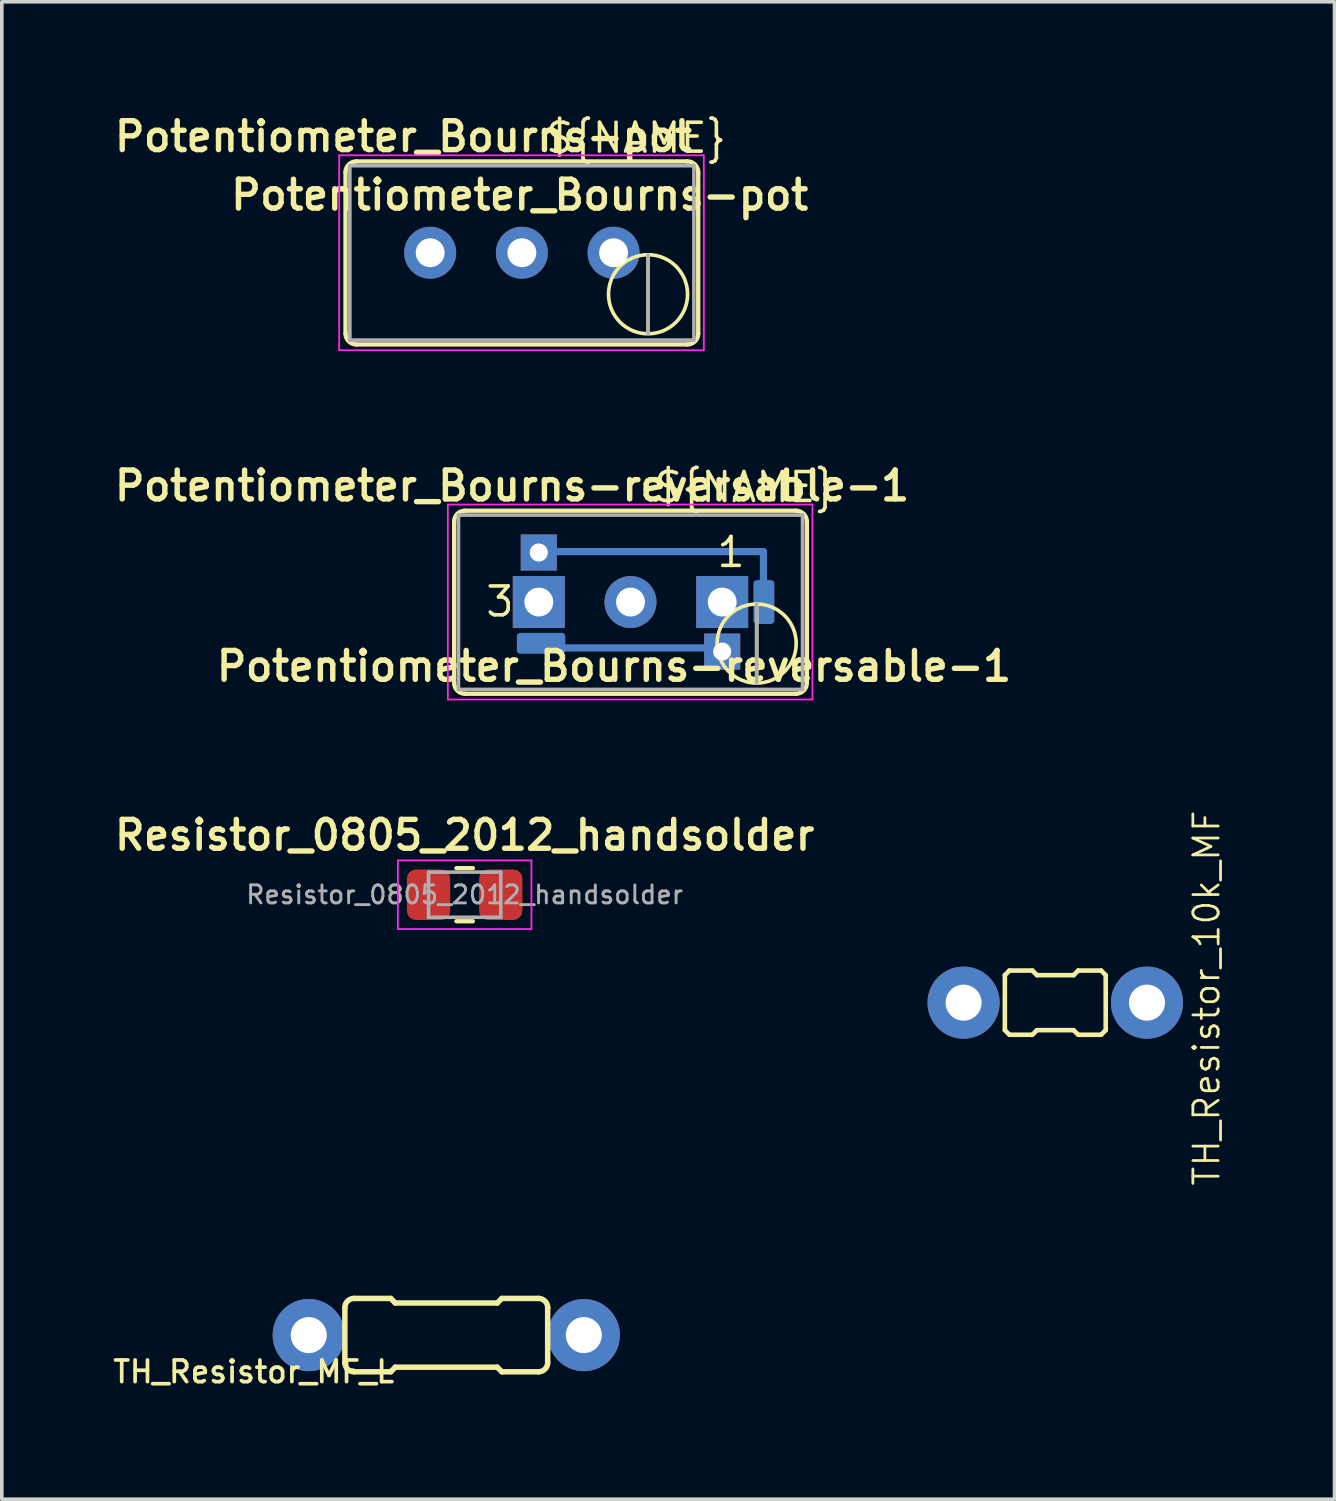
<source format=kicad_pcb>
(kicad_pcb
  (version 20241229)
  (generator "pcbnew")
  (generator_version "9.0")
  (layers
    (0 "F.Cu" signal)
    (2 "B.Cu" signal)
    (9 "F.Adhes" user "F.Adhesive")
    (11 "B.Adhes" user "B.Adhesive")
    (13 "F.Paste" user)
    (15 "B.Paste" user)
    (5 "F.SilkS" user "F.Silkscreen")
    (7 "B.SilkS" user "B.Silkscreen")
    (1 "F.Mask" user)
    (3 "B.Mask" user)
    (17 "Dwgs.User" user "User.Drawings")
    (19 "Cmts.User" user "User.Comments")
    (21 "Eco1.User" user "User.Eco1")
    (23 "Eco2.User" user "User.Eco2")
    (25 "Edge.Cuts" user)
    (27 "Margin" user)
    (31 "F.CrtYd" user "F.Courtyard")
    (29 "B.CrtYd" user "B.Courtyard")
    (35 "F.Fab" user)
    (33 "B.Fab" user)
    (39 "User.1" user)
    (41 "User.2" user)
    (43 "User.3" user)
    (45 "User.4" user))
  (footprint "TH_Resistor_MF_L"
    (layer "F.Cu")
    (at 9.312 33.933)
    (property "Reference" "TH_Resistor_MF_L" (at -5.334 1.016 0) (layer "F.SilkS") (effects (font (size 0.6 0.6) (thickness 0.102))))
    (attr exclude_from_pos_files exclude_from_bom)
    (fp_line (start -2.809 0.762) (end -2.809 -0.762) (stroke (width 0.152) (type solid)) (layer "F.SilkS"))
    (fp_line (start -2.555 -1.016) (end -1.539 -1.016) (stroke (width 0.152) (type solid)) (layer "F.SilkS"))
    (fp_line (start -2.555 1.016) (end -1.539 1.016) (stroke (width 0.152) (type solid)) (layer "F.SilkS"))
    (fp_line (start -1.412 -0.889) (end -1.539 -1.016) (stroke (width 0.152) (type solid)) (layer "F.SilkS"))
    (fp_line (start -1.412 0.889) (end -1.539 1.016) (stroke (width 0.152) (type solid)) (layer "F.SilkS"))
    (fp_line (start 1.412 -0.889) (end -1.412 -0.889) (stroke (width 0.152) (type solid)) (layer "F.SilkS"))
    (fp_line (start 1.412 -0.889) (end 1.539 -1.016) (stroke (width 0.152) (type solid)) (layer "F.SilkS"))
    (fp_line (start 1.412 0.889) (end -1.412 0.889) (stroke (width 0.152) (type solid)) (layer "F.SilkS"))
    (fp_line (start 1.412 0.889) (end 1.539 1.016) (stroke (width 0.152) (type solid)) (layer "F.SilkS"))
    (fp_line (start 2.555 -1.016) (end 1.539 -1.016) (stroke (width 0.152) (type solid)) (layer "F.SilkS"))
    (fp_line (start 2.555 1.016) (end 1.539 1.016) (stroke (width 0.152) (type solid)) (layer "F.SilkS"))
    (fp_line (start 2.809 0.762) (end 2.809 -0.762) (stroke (width 0.152) (type solid)) (layer "F.SilkS"))
    (fp_arc (start -2.80924 -0.762) (mid -2.734845 -0.941605) (end -2.55524 -1.016) (stroke (width 0.1524) (type solid)) (layer "F.SilkS"))
    (fp_arc (start -2.55524 1.016) (mid -2.734845 0.941605) (end -2.80924 0.762) (stroke (width 0.1524) (type solid)) (layer "F.SilkS"))
    (fp_arc (start 2.55524 -1.016) (mid 2.734845 -0.941605) (end 2.80924 -0.762) (stroke (width 0.1524) (type solid)) (layer "F.SilkS"))
    (fp_arc (start 2.80924 0.762) (mid 2.734845 0.941605) (end 2.55524 1.016) (stroke (width 0.1524) (type solid)) (layer "F.SilkS"))
    (pad "1" thru_hole circle (at -3.81 0) (size 1.999 1.999) (drill 0.998) (layers "*.Cu" "*.Paste" "*.Mask"))
    (pad "2" thru_hole circle (at 3.81 0) (size 1.999 1.999) (drill 0.998) (layers "*.Cu" "*.Paste" "*.Mask")))
  (footprint "TH_Resistor_10k_MF"
    (layer "F.Cu")
    (at 26.182 24.724)
    (property "Reference" "TH_Resistor_10k_MF" (at 4.191 -0.127 90) (layer "F.SilkS") (effects (font (size 0.7 0.7) (thickness 0.076))))
    (attr exclude_from_pos_files exclude_from_bom)
    (fp_line (start -1.397 -0.762) (end -1.397 0.762) (stroke (width 0.127) (type solid)) (layer "F.SilkS"))
    (fp_line (start -1.397 -0.762) (end -1.27 -0.889) (stroke (width 0.127) (type solid)) (layer "F.SilkS"))
    (fp_line (start -1.27 -0.889) (end -0.635 -0.889) (stroke (width 0.127) (type solid)) (layer "F.SilkS"))
    (fp_line (start -1.27 0.889) (end -1.397 0.762) (stroke (width 0.127) (type solid)) (layer "F.SilkS"))
    (fp_line (start -0.635 -0.889) (end -0.508 -0.762) (stroke (width 0.127) (type solid)) (layer "F.SilkS"))
    (fp_line (start -0.635 0.889) (end -1.27 0.889) (stroke (width 0.127) (type solid)) (layer "F.SilkS"))
    (fp_line (start -0.508 -0.762) (end 0.508 -0.762) (stroke (width 0.127) (type solid)) (layer "F.SilkS"))
    (fp_line (start -0.508 0.762) (end -0.635 0.889) (stroke (width 0.127) (type solid)) (layer "F.SilkS"))
    (fp_line (start 0.508 -0.762) (end 0.635 -0.889) (stroke (width 0.127) (type solid)) (layer "F.SilkS"))
    (fp_line (start 0.508 0.762) (end -0.508 0.762) (stroke (width 0.127) (type solid)) (layer "F.SilkS"))
    (fp_line (start 0.635 -0.889) (end 1.27 -0.889) (stroke (width 0.127) (type solid)) (layer "F.SilkS"))
    (fp_line (start 0.635 0.889) (end 0.508 0.762) (stroke (width 0.127) (type solid)) (layer "F.SilkS"))
    (fp_line (start 1.27 -0.889) (end 1.397 -0.762) (stroke (width 0.127) (type solid)) (layer "F.SilkS"))
    (fp_line (start 1.27 0.889) (end 0.635 0.889) (stroke (width 0.127) (type solid)) (layer "F.SilkS"))
    (fp_line (start 1.397 -0.762) (end 1.397 0.762) (stroke (width 0.127) (type solid)) (layer "F.SilkS"))
    (fp_line (start 1.397 0.762) (end 1.27 0.889) (stroke (width 0.127) (type solid)) (layer "F.SilkS"))
    (pad "1" thru_hole circle (at -2.54 0) (size 1.999 1.999) (drill 0.998) (layers "*.Cu" "*.Paste" "*.Mask"))
    (pad "2" thru_hole circle (at 2.54 0) (size 1.999 1.999) (drill 0.998) (layers "*.Cu" "*.Paste" "*.Mask")))
  (footprint "Potentiometer_Bourns-pot"
    (layer "F.Cu")
    (at 13.946 3.951)
    (property "Reference" "Potentiometer_Bourns-pot" (at -5.82 -3.22 0) (layer "F.SilkS") (effects (font (size 0.8 0.8) (thickness 0.15))))
    (attr through_hole)
    (fp_line (start -7.425 -2.23) (end -7.425 2.24) (stroke (width 0.12) (type solid)) (layer "F.SilkS"))
    (fp_line (start -7.125 -2.53) (end 2.045 -2.53) (stroke (width 0.12) (type solid)) (layer "F.SilkS"))
    (fp_line (start -7.125 2.54) (end 2.045 2.54) (stroke (width 0.12) (type solid)) (layer "F.SilkS"))
    (fp_line (start 0.955 2.235) (end 0.956 0.066) (stroke (width 0.1) (type solid)) (layer "F.SilkS"))
    (fp_line (start 2.345 -2.23) (end 2.345 2.24) (stroke (width 0.12) (type solid)) (layer "F.SilkS"))
    (fp_arc (start -7.425 -2.23) (mid -7.337132 -2.442132) (end -7.125 -2.53) (stroke (width 0.12) (type default)) (layer "F.SilkS"))
    (fp_arc (start -7.125 2.54) (mid -7.337132 2.452132) (end -7.425 2.24) (stroke (width 0.12) (type default)) (layer "F.SilkS"))
    (fp_arc (start 2.045 -2.53) (mid 2.257132 -2.442132) (end 2.345 -2.23) (stroke (width 0.12) (type default)) (layer "F.SilkS"))
    (fp_arc (start 2.345 2.24) (mid 2.257132 2.452132) (end 2.045 2.54) (stroke (width 0.12) (type default)) (layer "F.SilkS"))
    (fp_circle (center 0.955 1.15) (end 2.05 1.15) (stroke (width 0.1) (type solid)) (fill no) (layer "F.SilkS"))
    (fp_line (start -7.6 -2.7) (end -7.6 2.7) (stroke (width 0.05) (type solid)) (layer "F.CrtYd"))
    (fp_line (start -7.6 2.7) (end 2.5 2.7) (stroke (width 0.05) (type solid)) (layer "F.CrtYd"))
    (fp_line (start 2.5 -2.7) (end -7.6 -2.7) (stroke (width 0.05) (type solid)) (layer "F.CrtYd"))
    (fp_line (start 2.5 2.7) (end 2.5 -2.7) (stroke (width 0.05) (type solid)) (layer "F.CrtYd"))
    (fp_line (start -7.305 -2.41) (end -7.305 2.42) (stroke (width 0.1) (type solid)) (layer "F.Fab"))
    (fp_line (start -7.305 2.42) (end 2.225 2.42) (stroke (width 0.1) (type solid)) (layer "F.Fab"))
    (fp_line (start 0.955 2.235) (end 0.956 0.066) (stroke (width 0.1) (type solid)) (layer "F.Fab"))
    (fp_line (start 2.225 -2.41) (end -7.305 -2.41) (stroke (width 0.1) (type solid)) (layer "F.Fab"))
    (fp_line (start 2.225 2.42) (end 2.225 -2.41) (stroke (width 0.1) (type solid)) (layer "F.Fab"))
    (fp_text user "${REFERENCE}" (at -2.6 -1.6 0) (layer "F.SilkS") (effects (font (size 0.8 0.8) (thickness 0.15))))
    (fp_text user "${NAME}" (at 0.62 -3.18 0) (layer "F.SilkS") (effects (font (size 0.8 0.8) (thickness 0.1))))
    (pad "1" thru_hole circle (at 0 0) (size 1.44 1.44) (drill 0.8) (layers "*.Cu" "*.Mask"))
    (pad "2" thru_hole circle (at -2.54 0) (size 1.44 1.44) (drill 0.8) (layers "*.Cu" "*.Mask"))
    (pad "3" thru_hole circle (at -5.08 0) (size 1.44 1.44) (drill 0.8) (layers "*.Cu" "*.Mask")))
  (footprint "Potentiometer_Bourns-reversable-1"
    (layer "F.Cu")
    (at 16.955 13.627)
    (property "Reference" "Potentiometer_Bourns-reversable-1" (at -5.82 -3.22 0) (layer "F.SilkS") (effects (font (size 0.8 0.8) (thickness 0.15))))
    (attr through_hole)
    (fp_line (start -4.953 -1.397) (end 1.143 -1.397) (stroke (width 0.2) (type default)) (layer "B.Cu"))
    (fp_line (start -0.381 1.27) (end -5.08 1.27) (stroke (width 0.2) (type default)) (layer "B.Cu"))
    (fp_line (start 1.143 -1.397) (end 1.143 0) (stroke (width 0.2) (type default)) (layer "B.Cu"))
    (fp_rect (start -5.588 0.953) (end -4.445 1.333) (stroke (width 0.2) (type solid)) (fill yes) (layer "B.Cu"))
    (fp_rect (start 0.965 -0.508) (end 1.346 0.508) (stroke (width 0.2) (type solid)) (fill yes) (layer "B.Cu"))
    (fp_line (start -7.425 -2.23) (end -7.425 2.24) (stroke (width 0.12) (type solid)) (layer "F.SilkS"))
    (fp_line (start -7.125 -2.53) (end 2.045 -2.53) (stroke (width 0.12) (type solid)) (layer "F.SilkS"))
    (fp_line (start -7.125 2.54) (end 2.045 2.54) (stroke (width 0.12) (type solid)) (layer "F.SilkS"))
    (fp_line (start 0.955 2.235) (end 0.956 0.066) (stroke (width 0.1) (type solid)) (layer "F.SilkS"))
    (fp_line (start 2.345 -2.23) (end 2.345 2.24) (stroke (width 0.12) (type solid)) (layer "F.SilkS"))
    (fp_arc (start -7.425 -2.23) (mid -7.337132 -2.442132) (end -7.125 -2.53) (stroke (width 0.12) (type default)) (layer "F.SilkS"))
    (fp_arc (start -7.125 2.54) (mid -7.337132 2.452132) (end -7.425 2.24) (stroke (width 0.12) (type default)) (layer "F.SilkS"))
    (fp_arc (start 2.045 -2.53) (mid 2.257132 -2.442132) (end 2.345 -2.23) (stroke (width 0.12) (type default)) (layer "F.SilkS"))
    (fp_arc (start 2.345 2.24) (mid 2.257132 2.452132) (end 2.045 2.54) (stroke (width 0.12) (type default)) (layer "F.SilkS"))
    (fp_circle (center 0.955 1.15) (end 2.05 1.15) (stroke (width 0.1) (type solid)) (fill no) (layer "F.SilkS"))
    (fp_line (start -7.6 -2.7) (end -7.6 2.7) (stroke (width 0.05) (type solid)) (layer "F.CrtYd"))
    (fp_line (start -7.6 2.7) (end 2.5 2.7) (stroke (width 0.05) (type solid)) (layer "F.CrtYd"))
    (fp_line (start 2.5 -2.7) (end -7.6 -2.7) (stroke (width 0.05) (type solid)) (layer "F.CrtYd"))
    (fp_line (start 2.5 2.7) (end 2.5 -2.7) (stroke (width 0.05) (type solid)) (layer "F.CrtYd"))
    (fp_line (start -7.305 -2.41) (end -7.305 2.42) (stroke (width 0.1) (type solid)) (layer "F.Fab"))
    (fp_line (start -7.305 2.42) (end 2.225 2.42) (stroke (width 0.1) (type solid)) (layer "F.Fab"))
    (fp_line (start 0.955 2.235) (end 0.956 0.066) (stroke (width 0.1) (type solid)) (layer "F.Fab"))
    (fp_line (start 2.225 -2.41) (end -7.305 -2.41) (stroke (width 0.1) (type solid)) (layer "F.Fab"))
    (fp_line (start 2.225 2.42) (end 2.225 -2.41) (stroke (width 0.1) (type solid)) (layer "F.Fab"))
    (fp_text user "${NAME}" (at 0.62 -3.18 0) (layer "F.SilkS") (effects (font (size 0.8 0.8) (thickness 0.1))))
    (fp_text user "${REFERENCE}" (at -2.997 1.778 0) (layer "F.SilkS") (effects (font (size 0.8 0.8) (thickness 0.15))))
    (fp_text user "1" (at -0.203 -0.914 0) (unlocked yes) (layer "F.SilkS") (effects (font (size 0.8 0.8) (thickness 0.1)) (justify left bottom)))
    (fp_text user "3" (at -6.604 0.457 0) (unlocked yes) (layer "F.SilkS") (effects (font (size 0.8 0.8) (thickness 0.1)) (justify left bottom)))
    (pad "" thru_hole rect (at -5.08 0) (size 1.44 1.44) (drill 0.8) (layers "*.Cu" "*.Mask"))
    (pad "" thru_hole rect (at 0 0) (size 1.44 1.44) (drill 0.8) (layers "*.Cu" "*.Mask"))
    (pad "1" thru_hole rect (at 0 1.372) (size 1 1) (drill 0.5) (layers "*.Cu" "*.Mask"))
    (pad "2" thru_hole circle (at -2.54 0) (size 1.44 1.44) (drill 0.8) (layers "*.Cu" "*.Mask"))
    (pad "3" thru_hole rect (at -5.08 -1.372) (size 1 1) (drill 0.5) (layers "*.Cu" "*.Mask")))
  (footprint "Resistor_0805_2012_handsolder"
    (layer "F.Cu")
    (at 9.821 21.734)
    (property "Reference" "Resistor_0805_2012_handsolder" (at 0 -1.65 0) (layer "F.SilkS") (effects (font (size 0.8 0.8) (thickness 0.15))))
    (attr smd)
    (fp_line (start -0.227 -0.735) (end 0.227 -0.735) (stroke (width 0.12) (type solid)) (layer "F.SilkS"))
    (fp_line (start -0.227 0.735) (end 0.227 0.735) (stroke (width 0.12) (type solid)) (layer "F.SilkS"))
    (fp_line (start -1.85 -0.95) (end 1.85 -0.95) (stroke (width 0.05) (type solid)) (layer "F.CrtYd"))
    (fp_line (start -1.85 0.95) (end -1.85 -0.95) (stroke (width 0.05) (type solid)) (layer "F.CrtYd"))
    (fp_line (start 1.85 -0.95) (end 1.85 0.95) (stroke (width 0.05) (type solid)) (layer "F.CrtYd"))
    (fp_line (start 1.85 0.95) (end -1.85 0.95) (stroke (width 0.05) (type solid)) (layer "F.CrtYd"))
    (fp_line (start -1 -0.625) (end 1 -0.625) (stroke (width 0.1) (type solid)) (layer "F.Fab"))
    (fp_line (start -1 0.625) (end -1 -0.625) (stroke (width 0.1) (type solid)) (layer "F.Fab"))
    (fp_line (start 1 -0.625) (end 1 0.625) (stroke (width 0.1) (type solid)) (layer "F.Fab"))
    (fp_line (start 1 0.625) (end -1 0.625) (stroke (width 0.1) (type solid)) (layer "F.Fab"))
    (fp_text user "${REFERENCE}" (at 0 0 0) (layer "F.Fab") (effects (font (size 0.5 0.5) (thickness 0.08))))
    (pad "1" smd roundrect (at -1 0) (size 1.2 1.4) (layers "F.Cu" "F.Mask" "F.Paste") (roundrect_rratio 0.208))
    (pad "2" smd roundrect (at 1 0) (size 1.2 1.4) (layers "F.Cu" "F.Mask" "F.Paste") (roundrect_rratio 0.208)))
  (gr_rect
    (start -3 -3)
    (end 33.916 38.479)
    (stroke (width 0.1) (type default))
    (fill no)
    (layer "Edge.Cuts")))
</source>
